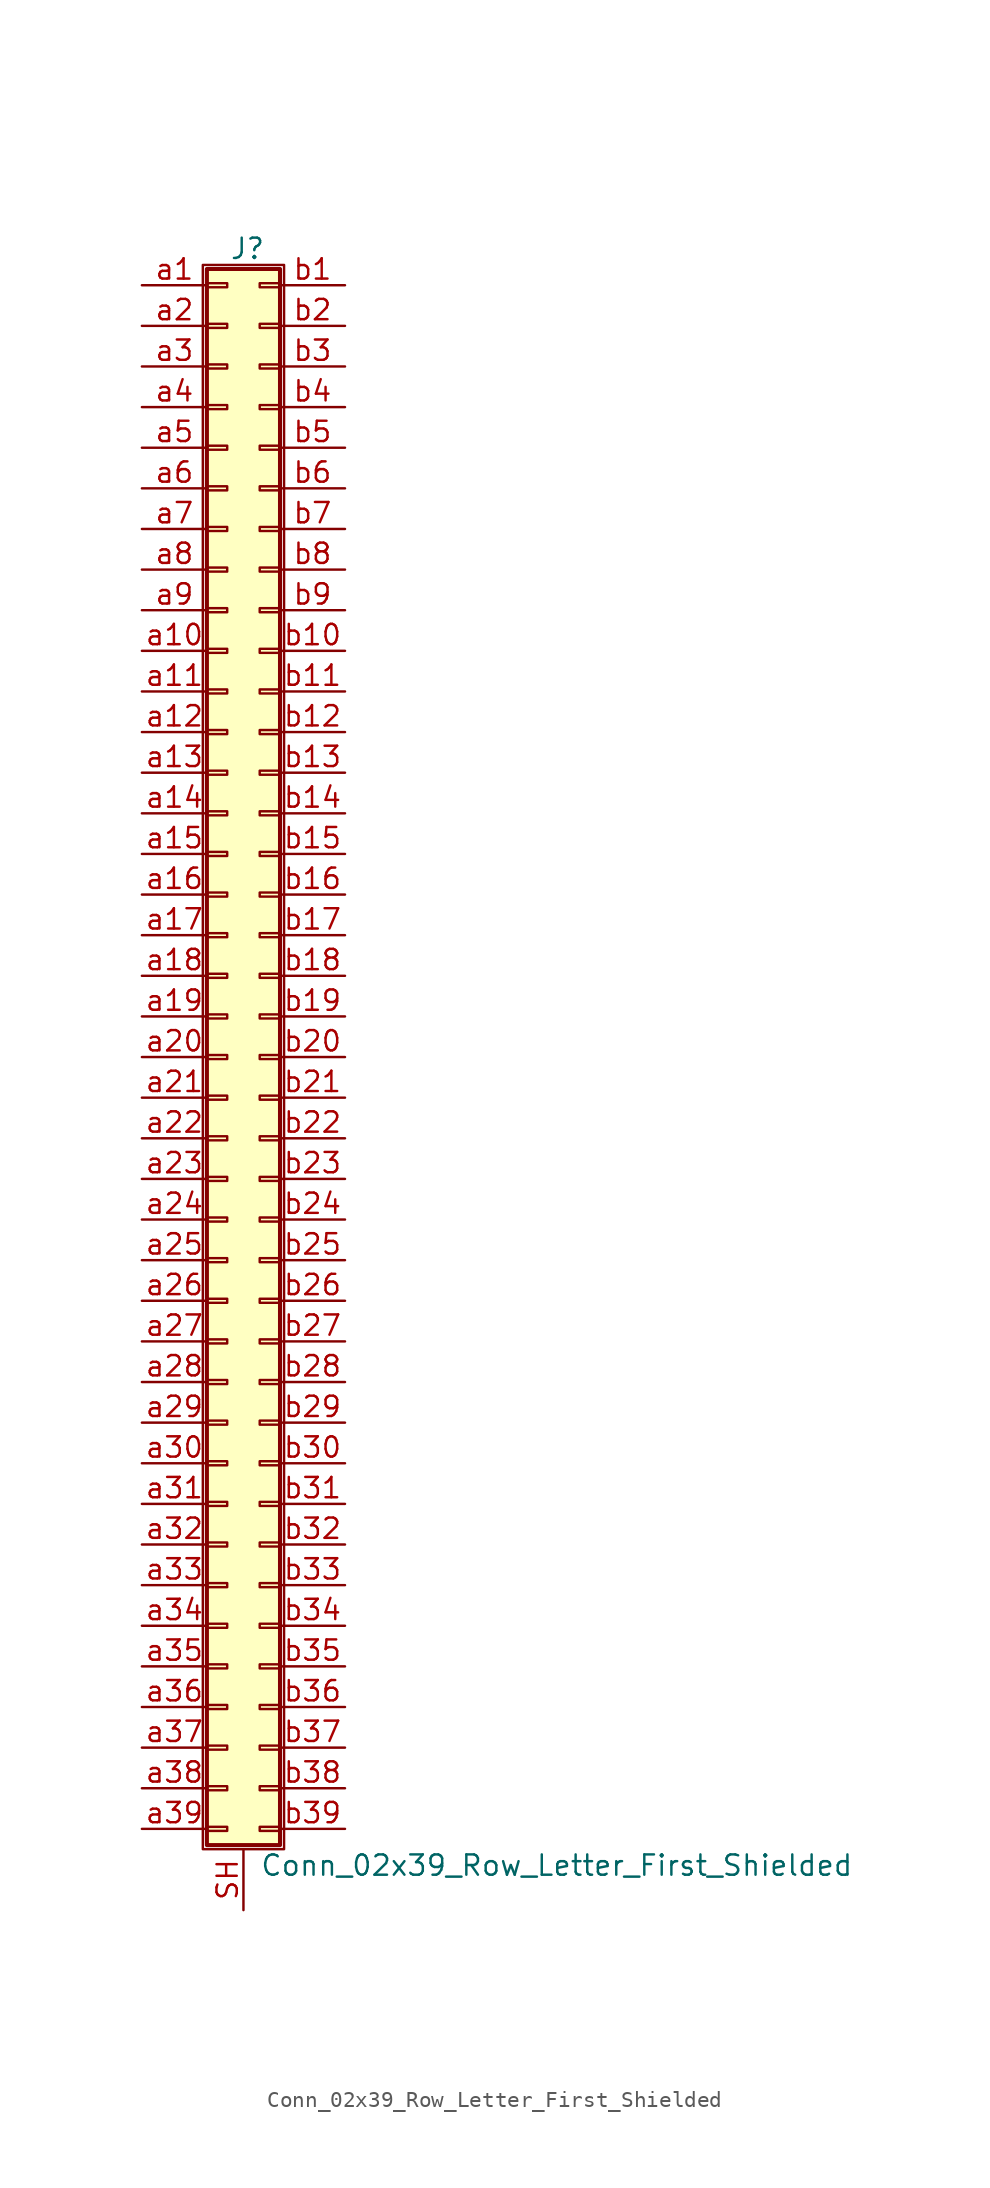
<source format=kicad_sym>
(kicad_symbol_lib
  (version 20211014)
  (generator kicad_symbol_editor)
  (symbol "Conn_02x39_Row_Letter_First_Shielded"
    (pin_names
      (offset 1.016) hide)
    (property "Reference" "J"
      (at 1.524 50.546 0)
      (effects (font (size 1.27 1.27))))
    (property "Value" "Conn_02x39_Row_Letter_First_Shielded"
      (at 2.286 -50.546 0)
      (effects (font (size 1.27 1.27)) (justify left)))
    (symbol "Conn_02x39_Row_Letter_First_Shielded_1_1"
      (rectangle (start -1.27 49.53) (end 3.81 -49.53) (stroke (width 0.152) (type default) (color 0 0 0 0)) (fill (type none)))
      (rectangle (start -1.016 -48.133) (end 0.254 -48.387) (stroke (width 0.152) (type default) (color 0 0 0 0)) (fill (type none)))
      (rectangle (start -1.016 -45.593) (end 0.254 -45.847) (stroke (width 0.152) (type default) (color 0 0 0 0)) (fill (type none)))
      (rectangle (start -1.016 -43.053) (end 0.254 -43.307) (stroke (width 0.152) (type default) (color 0 0 0 0)) (fill (type none)))
      (rectangle (start -1.016 -40.513) (end 0.254 -40.767) (stroke (width 0.152) (type default) (color 0 0 0 0)) (fill (type none)))
      (rectangle (start -1.016 -37.973) (end 0.254 -38.227) (stroke (width 0.152) (type default) (color 0 0 0 0)) (fill (type none)))
      (rectangle (start -1.016 -35.433) (end 0.254 -35.687) (stroke (width 0.152) (type default) (color 0 0 0 0)) (fill (type none)))
      (rectangle (start -1.016 -32.893) (end 0.254 -33.147) (stroke (width 0.152) (type default) (color 0 0 0 0)) (fill (type none)))
      (rectangle (start -1.016 -30.353) (end 0.254 -30.607) (stroke (width 0.152) (type default) (color 0 0 0 0)) (fill (type none)))
      (rectangle (start -1.016 -27.813) (end 0.254 -28.067) (stroke (width 0.152) (type default) (color 0 0 0 0)) (fill (type none)))
      (rectangle (start -1.016 -25.273) (end 0.254 -25.527) (stroke (width 0.152) (type default) (color 0 0 0 0)) (fill (type none)))
      (rectangle (start -1.016 -22.733) (end 0.254 -22.987) (stroke (width 0.152) (type default) (color 0 0 0 0)) (fill (type none)))
      (rectangle (start -1.016 -20.193) (end 0.254 -20.447) (stroke (width 0.152) (type default) (color 0 0 0 0)) (fill (type none)))
      (rectangle (start -1.016 -17.653) (end 0.254 -17.907) (stroke (width 0.152) (type default) (color 0 0 0 0)) (fill (type none)))
      (rectangle (start -1.016 -15.113) (end 0.254 -15.367) (stroke (width 0.152) (type default) (color 0 0 0 0)) (fill (type none)))
      (rectangle (start -1.016 -12.573) (end 0.254 -12.827) (stroke (width 0.152) (type default) (color 0 0 0 0)) (fill (type none)))
      (rectangle (start -1.016 -10.033) (end 0.254 -10.287) (stroke (width 0.152) (type default) (color 0 0 0 0)) (fill (type none)))
      (rectangle (start -1.016 -7.493) (end 0.254 -7.747) (stroke (width 0.152) (type default) (color 0 0 0 0)) (fill (type none)))
      (rectangle (start -1.016 -4.953) (end 0.254 -5.207) (stroke (width 0.152) (type default) (color 0 0 0 0)) (fill (type none)))
      (rectangle (start -1.016 -2.413) (end 0.254 -2.667) (stroke (width 0.152) (type default) (color 0 0 0 0)) (fill (type none)))
      (rectangle (start -1.016 0.127) (end 0.254 -0.127) (stroke (width 0.152) (type default) (color 0 0 0 0)) (fill (type none)))
      (rectangle (start -1.016 2.667) (end 0.254 2.413) (stroke (width 0.152) (type default) (color 0 0 0 0)) (fill (type none)))
      (rectangle (start -1.016 5.207) (end 0.254 4.953) (stroke (width 0.152) (type default) (color 0 0 0 0)) (fill (type none)))
      (rectangle (start -1.016 7.747) (end 0.254 7.493) (stroke (width 0.152) (type default) (color 0 0 0 0)) (fill (type none)))
      (rectangle (start -1.016 10.287) (end 0.254 10.033) (stroke (width 0.152) (type default) (color 0 0 0 0)) (fill (type none)))
      (rectangle (start -1.016 12.827) (end 0.254 12.573) (stroke (width 0.152) (type default) (color 0 0 0 0)) (fill (type none)))
      (rectangle (start -1.016 15.367) (end 0.254 15.113) (stroke (width 0.152) (type default) (color 0 0 0 0)) (fill (type none)))
      (rectangle (start -1.016 17.907) (end 0.254 17.653) (stroke (width 0.152) (type default) (color 0 0 0 0)) (fill (type none)))
      (rectangle (start -1.016 20.447) (end 0.254 20.193) (stroke (width 0.152) (type default) (color 0 0 0 0)) (fill (type none)))
      (rectangle (start -1.016 22.987) (end 0.254 22.733) (stroke (width 0.152) (type default) (color 0 0 0 0)) (fill (type none)))
      (rectangle (start -1.016 25.527) (end 0.254 25.273) (stroke (width 0.152) (type default) (color 0 0 0 0)) (fill (type none)))
      (rectangle (start -1.016 28.067) (end 0.254 27.813) (stroke (width 0.152) (type default) (color 0 0 0 0)) (fill (type none)))
      (rectangle (start -1.016 30.607) (end 0.254 30.353) (stroke (width 0.152) (type default) (color 0 0 0 0)) (fill (type none)))
      (rectangle (start -1.016 33.147) (end 0.254 32.893) (stroke (width 0.152) (type default) (color 0 0 0 0)) (fill (type none)))
      (rectangle (start -1.016 35.687) (end 0.254 35.433) (stroke (width 0.152) (type default) (color 0 0 0 0)) (fill (type none)))
      (rectangle (start -1.016 38.227) (end 0.254 37.973) (stroke (width 0.152) (type default) (color 0 0 0 0)) (fill (type none)))
      (rectangle (start -1.016 40.767) (end 0.254 40.513) (stroke (width 0.152) (type default) (color 0 0 0 0)) (fill (type none)))
      (rectangle (start -1.016 43.307) (end 0.254 43.053) (stroke (width 0.152) (type default) (color 0 0 0 0)) (fill (type none)))
      (rectangle (start -1.016 45.847) (end 0.254 45.593) (stroke (width 0.152) (type default) (color 0 0 0 0)) (fill (type none)))
      (rectangle (start -1.016 48.387) (end 0.254 48.133) (stroke (width 0.152) (type default) (color 0 0 0 0)) (fill (type none)))
      (rectangle (start -1.016 49.276) (end 3.556 -49.276) (stroke (width 0.254) (type default) (color 0 0 0 0)) (fill (type background)))
      (rectangle (start 3.556 -48.133) (end 2.286 -48.387) (stroke (width 0.152) (type default) (color 0 0 0 0)) (fill (type none)))
      (rectangle (start 3.556 -45.593) (end 2.286 -45.847) (stroke (width 0.152) (type default) (color 0 0 0 0)) (fill (type none)))
      (rectangle (start 3.556 -43.053) (end 2.286 -43.307) (stroke (width 0.152) (type default) (color 0 0 0 0)) (fill (type none)))
      (rectangle (start 3.556 -40.513) (end 2.286 -40.767) (stroke (width 0.152) (type default) (color 0 0 0 0)) (fill (type none)))
      (rectangle (start 3.556 -37.973) (end 2.286 -38.227) (stroke (width 0.152) (type default) (color 0 0 0 0)) (fill (type none)))
      (rectangle (start 3.556 -35.433) (end 2.286 -35.687) (stroke (width 0.152) (type default) (color 0 0 0 0)) (fill (type none)))
      (rectangle (start 3.556 -32.893) (end 2.286 -33.147) (stroke (width 0.152) (type default) (color 0 0 0 0)) (fill (type none)))
      (rectangle (start 3.556 -30.353) (end 2.286 -30.607) (stroke (width 0.152) (type default) (color 0 0 0 0)) (fill (type none)))
      (rectangle (start 3.556 -27.813) (end 2.286 -28.067) (stroke (width 0.152) (type default) (color 0 0 0 0)) (fill (type none)))
      (rectangle (start 3.556 -25.273) (end 2.286 -25.527) (stroke (width 0.152) (type default) (color 0 0 0 0)) (fill (type none)))
      (rectangle (start 3.556 -22.733) (end 2.286 -22.987) (stroke (width 0.152) (type default) (color 0 0 0 0)) (fill (type none)))
      (rectangle (start 3.556 -20.193) (end 2.286 -20.447) (stroke (width 0.152) (type default) (color 0 0 0 0)) (fill (type none)))
      (rectangle (start 3.556 -17.653) (end 2.286 -17.907) (stroke (width 0.152) (type default) (color 0 0 0 0)) (fill (type none)))
      (rectangle (start 3.556 -15.113) (end 2.286 -15.367) (stroke (width 0.152) (type default) (color 0 0 0 0)) (fill (type none)))
      (rectangle (start 3.556 -12.573) (end 2.286 -12.827) (stroke (width 0.152) (type default) (color 0 0 0 0)) (fill (type none)))
      (rectangle (start 3.556 -10.033) (end 2.286 -10.287) (stroke (width 0.152) (type default) (color 0 0 0 0)) (fill (type none)))
      (rectangle (start 3.556 -7.493) (end 2.286 -7.747) (stroke (width 0.152) (type default) (color 0 0 0 0)) (fill (type none)))
      (rectangle (start 3.556 -4.953) (end 2.286 -5.207) (stroke (width 0.152) (type default) (color 0 0 0 0)) (fill (type none)))
      (rectangle (start 3.556 -2.413) (end 2.286 -2.667) (stroke (width 0.152) (type default) (color 0 0 0 0)) (fill (type none)))
      (rectangle (start 3.556 0.127) (end 2.286 -0.127) (stroke (width 0.152) (type default) (color 0 0 0 0)) (fill (type none)))
      (rectangle (start 3.556 2.667) (end 2.286 2.413) (stroke (width 0.152) (type default) (color 0 0 0 0)) (fill (type none)))
      (rectangle (start 3.556 5.207) (end 2.286 4.953) (stroke (width 0.152) (type default) (color 0 0 0 0)) (fill (type none)))
      (rectangle (start 3.556 7.747) (end 2.286 7.493) (stroke (width 0.152) (type default) (color 0 0 0 0)) (fill (type none)))
      (rectangle (start 3.556 10.287) (end 2.286 10.033) (stroke (width 0.152) (type default) (color 0 0 0 0)) (fill (type none)))
      (rectangle (start 3.556 12.827) (end 2.286 12.573) (stroke (width 0.152) (type default) (color 0 0 0 0)) (fill (type none)))
      (rectangle (start 3.556 15.367) (end 2.286 15.113) (stroke (width 0.152) (type default) (color 0 0 0 0)) (fill (type none)))
      (rectangle (start 3.556 17.907) (end 2.286 17.653) (stroke (width 0.152) (type default) (color 0 0 0 0)) (fill (type none)))
      (rectangle (start 3.556 20.447) (end 2.286 20.193) (stroke (width 0.152) (type default) (color 0 0 0 0)) (fill (type none)))
      (rectangle (start 3.556 22.987) (end 2.286 22.733) (stroke (width 0.152) (type default) (color 0 0 0 0)) (fill (type none)))
      (rectangle (start 3.556 25.527) (end 2.286 25.273) (stroke (width 0.152) (type default) (color 0 0 0 0)) (fill (type none)))
      (rectangle (start 3.556 28.067) (end 2.286 27.813) (stroke (width 0.152) (type default) (color 0 0 0 0)) (fill (type none)))
      (rectangle (start 3.556 30.607) (end 2.286 30.353) (stroke (width 0.152) (type default) (color 0 0 0 0)) (fill (type none)))
      (rectangle (start 3.556 33.147) (end 2.286 32.893) (stroke (width 0.152) (type default) (color 0 0 0 0)) (fill (type none)))
      (rectangle (start 3.556 35.687) (end 2.286 35.433) (stroke (width 0.152) (type default) (color 0 0 0 0)) (fill (type none)))
      (rectangle (start 3.556 38.227) (end 2.286 37.973) (stroke (width 0.152) (type default) (color 0 0 0 0)) (fill (type none)))
      (rectangle (start 3.556 40.767) (end 2.286 40.513) (stroke (width 0.152) (type default) (color 0 0 0 0)) (fill (type none)))
      (rectangle (start 3.556 43.307) (end 2.286 43.053) (stroke (width 0.152) (type default) (color 0 0 0 0)) (fill (type none)))
      (rectangle (start 3.556 45.847) (end 2.286 45.593) (stroke (width 0.152) (type default) (color 0 0 0 0)) (fill (type none)))
      (rectangle (start 3.556 48.387) (end 2.286 48.133) (stroke (width 0.152) (type default) (color 0 0 0 0)) (fill (type none)))
      (pin passive line (at 1.27 -53.34 90) (length 3.81) (name "Shield" (effects (font (size 1.27 1.27)))) (number "SH" (effects (font (size 1.27 1.27)))))
      (pin passive line (at -5.08 48.26 0) (length 4.064) (name "Pin_a1" (effects (font (size 1.27 1.27)))) (number "a1" (effects (font (size 1.27 1.27)))))
      (pin passive line (at -5.08 25.4 0) (length 4.064) (name "Pin_a10" (effects (font (size 1.27 1.27)))) (number "a10" (effects (font (size 1.27 1.27)))))
      (pin passive line (at -5.08 22.86 0) (length 4.064) (name "Pin_a11" (effects (font (size 1.27 1.27)))) (number "a11" (effects (font (size 1.27 1.27)))))
      (pin passive line (at -5.08 20.32 0) (length 4.064) (name "Pin_a12" (effects (font (size 1.27 1.27)))) (number "a12" (effects (font (size 1.27 1.27)))))
      (pin passive line (at -5.08 17.78 0) (length 4.064) (name "Pin_a13" (effects (font (size 1.27 1.27)))) (number "a13" (effects (font (size 1.27 1.27)))))
      (pin passive line (at -5.08 15.24 0) (length 4.064) (name "Pin_a14" (effects (font (size 1.27 1.27)))) (number "a14" (effects (font (size 1.27 1.27)))))
      (pin passive line (at -5.08 12.7 0) (length 4.064) (name "Pin_a15" (effects (font (size 1.27 1.27)))) (number "a15" (effects (font (size 1.27 1.27)))))
      (pin passive line (at -5.08 10.16 0) (length 4.064) (name "Pin_a16" (effects (font (size 1.27 1.27)))) (number "a16" (effects (font (size 1.27 1.27)))))
      (pin passive line (at -5.08 7.62 0) (length 4.064) (name "Pin_a17" (effects (font (size 1.27 1.27)))) (number "a17" (effects (font (size 1.27 1.27)))))
      (pin passive line (at -5.08 5.08 0) (length 4.064) (name "Pin_a18" (effects (font (size 1.27 1.27)))) (number "a18" (effects (font (size 1.27 1.27)))))
      (pin passive line (at -5.08 2.54 0) (length 4.064) (name "Pin_a19" (effects (font (size 1.27 1.27)))) (number "a19" (effects (font (size 1.27 1.27)))))
      (pin passive line (at -5.08 45.72 0) (length 4.064) (name "Pin_a2" (effects (font (size 1.27 1.27)))) (number "a2" (effects (font (size 1.27 1.27)))))
      (pin passive line (at -5.08 0 0) (length 4.064) (name "Pin_a20" (effects (font (size 1.27 1.27)))) (number "a20" (effects (font (size 1.27 1.27)))))
      (pin passive line (at -5.08 -2.54 0) (length 4.064) (name "Pin_a21" (effects (font (size 1.27 1.27)))) (number "a21" (effects (font (size 1.27 1.27)))))
      (pin passive line (at -5.08 -5.08 0) (length 4.064) (name "Pin_a22" (effects (font (size 1.27 1.27)))) (number "a22" (effects (font (size 1.27 1.27)))))
      (pin passive line (at -5.08 -7.62 0) (length 4.064) (name "Pin_a23" (effects (font (size 1.27 1.27)))) (number "a23" (effects (font (size 1.27 1.27)))))
      (pin passive line (at -5.08 -10.16 0) (length 4.064) (name "Pin_a24" (effects (font (size 1.27 1.27)))) (number "a24" (effects (font (size 1.27 1.27)))))
      (pin passive line (at -5.08 -12.7 0) (length 4.064) (name "Pin_a25" (effects (font (size 1.27 1.27)))) (number "a25" (effects (font (size 1.27 1.27)))))
      (pin passive line (at -5.08 -15.24 0) (length 4.064) (name "Pin_a26" (effects (font (size 1.27 1.27)))) (number "a26" (effects (font (size 1.27 1.27)))))
      (pin passive line (at -5.08 -17.78 0) (length 4.064) (name "Pin_a27" (effects (font (size 1.27 1.27)))) (number "a27" (effects (font (size 1.27 1.27)))))
      (pin passive line (at -5.08 -20.32 0) (length 4.064) (name "Pin_a28" (effects (font (size 1.27 1.27)))) (number "a28" (effects (font (size 1.27 1.27)))))
      (pin passive line (at -5.08 -22.86 0) (length 4.064) (name "Pin_a29" (effects (font (size 1.27 1.27)))) (number "a29" (effects (font (size 1.27 1.27)))))
      (pin passive line (at -5.08 43.18 0) (length 4.064) (name "Pin_a3" (effects (font (size 1.27 1.27)))) (number "a3" (effects (font (size 1.27 1.27)))))
      (pin passive line (at -5.08 -25.4 0) (length 4.064) (name "Pin_a30" (effects (font (size 1.27 1.27)))) (number "a30" (effects (font (size 1.27 1.27)))))
      (pin passive line (at -5.08 -27.94 0) (length 4.064) (name "Pin_a31" (effects (font (size 1.27 1.27)))) (number "a31" (effects (font (size 1.27 1.27)))))
      (pin passive line (at -5.08 -30.48 0) (length 4.064) (name "Pin_a32" (effects (font (size 1.27 1.27)))) (number "a32" (effects (font (size 1.27 1.27)))))
      (pin passive line (at -5.08 -33.02 0) (length 4.064) (name "Pin_a33" (effects (font (size 1.27 1.27)))) (number "a33" (effects (font (size 1.27 1.27)))))
      (pin passive line (at -5.08 -35.56 0) (length 4.064) (name "Pin_a34" (effects (font (size 1.27 1.27)))) (number "a34" (effects (font (size 1.27 1.27)))))
      (pin passive line (at -5.08 -38.1 0) (length 4.064) (name "Pin_a35" (effects (font (size 1.27 1.27)))) (number "a35" (effects (font (size 1.27 1.27)))))
      (pin passive line (at -5.08 -40.64 0) (length 4.064) (name "Pin_a36" (effects (font (size 1.27 1.27)))) (number "a36" (effects (font (size 1.27 1.27)))))
      (pin passive line (at -5.08 -43.18 0) (length 4.064) (name "Pin_a37" (effects (font (size 1.27 1.27)))) (number "a37" (effects (font (size 1.27 1.27)))))
      (pin passive line (at -5.08 -45.72 0) (length 4.064) (name "Pin_a38" (effects (font (size 1.27 1.27)))) (number "a38" (effects (font (size 1.27 1.27)))))
      (pin passive line (at -5.08 -48.26 0) (length 4.064) (name "Pin_a39" (effects (font (size 1.27 1.27)))) (number "a39" (effects (font (size 1.27 1.27)))))
      (pin passive line (at -5.08 40.64 0) (length 4.064) (name "Pin_a4" (effects (font (size 1.27 1.27)))) (number "a4" (effects (font (size 1.27 1.27)))))
      (pin passive line (at -5.08 38.1 0) (length 4.064) (name "Pin_a5" (effects (font (size 1.27 1.27)))) (number "a5" (effects (font (size 1.27 1.27)))))
      (pin passive line (at -5.08 35.56 0) (length 4.064) (name "Pin_a6" (effects (font (size 1.27 1.27)))) (number "a6" (effects (font (size 1.27 1.27)))))
      (pin passive line (at -5.08 33.02 0) (length 4.064) (name "Pin_a7" (effects (font (size 1.27 1.27)))) (number "a7" (effects (font (size 1.27 1.27)))))
      (pin passive line (at -5.08 30.48 0) (length 4.064) (name "Pin_a8" (effects (font (size 1.27 1.27)))) (number "a8" (effects (font (size 1.27 1.27)))))
      (pin passive line (at -5.08 27.94 0) (length 4.064) (name "Pin_a9" (effects (font (size 1.27 1.27)))) (number "a9" (effects (font (size 1.27 1.27)))))
      (pin passive line (at 7.62 48.26 180) (length 4.064) (name "Pin_b1" (effects (font (size 1.27 1.27)))) (number "b1" (effects (font (size 1.27 1.27)))))
      (pin passive line (at 7.62 25.4 180) (length 4.064) (name "Pin_b10" (effects (font (size 1.27 1.27)))) (number "b10" (effects (font (size 1.27 1.27)))))
      (pin passive line (at 7.62 22.86 180) (length 4.064) (name "Pin_b11" (effects (font (size 1.27 1.27)))) (number "b11" (effects (font (size 1.27 1.27)))))
      (pin passive line (at 7.62 20.32 180) (length 4.064) (name "Pin_b12" (effects (font (size 1.27 1.27)))) (number "b12" (effects (font (size 1.27 1.27)))))
      (pin passive line (at 7.62 17.78 180) (length 4.064) (name "Pin_b13" (effects (font (size 1.27 1.27)))) (number "b13" (effects (font (size 1.27 1.27)))))
      (pin passive line (at 7.62 15.24 180) (length 4.064) (name "Pin_b14" (effects (font (size 1.27 1.27)))) (number "b14" (effects (font (size 1.27 1.27)))))
      (pin passive line (at 7.62 12.7 180) (length 4.064) (name "Pin_b15" (effects (font (size 1.27 1.27)))) (number "b15" (effects (font (size 1.27 1.27)))))
      (pin passive line (at 7.62 10.16 180) (length 4.064) (name "Pin_b16" (effects (font (size 1.27 1.27)))) (number "b16" (effects (font (size 1.27 1.27)))))
      (pin passive line (at 7.62 7.62 180) (length 4.064) (name "Pin_b17" (effects (font (size 1.27 1.27)))) (number "b17" (effects (font (size 1.27 1.27)))))
      (pin passive line (at 7.62 5.08 180) (length 4.064) (name "Pin_b18" (effects (font (size 1.27 1.27)))) (number "b18" (effects (font (size 1.27 1.27)))))
      (pin passive line (at 7.62 2.54 180) (length 4.064) (name "Pin_b19" (effects (font (size 1.27 1.27)))) (number "b19" (effects (font (size 1.27 1.27)))))
      (pin passive line (at 7.62 45.72 180) (length 4.064) (name "Pin_b2" (effects (font (size 1.27 1.27)))) (number "b2" (effects (font (size 1.27 1.27)))))
      (pin passive line (at 7.62 0 180) (length 4.064) (name "Pin_b20" (effects (font (size 1.27 1.27)))) (number "b20" (effects (font (size 1.27 1.27)))))
      (pin passive line (at 7.62 -2.54 180) (length 4.064) (name "Pin_b21" (effects (font (size 1.27 1.27)))) (number "b21" (effects (font (size 1.27 1.27)))))
      (pin passive line (at 7.62 -5.08 180) (length 4.064) (name "Pin_b22" (effects (font (size 1.27 1.27)))) (number "b22" (effects (font (size 1.27 1.27)))))
      (pin passive line (at 7.62 -7.62 180) (length 4.064) (name "Pin_b23" (effects (font (size 1.27 1.27)))) (number "b23" (effects (font (size 1.27 1.27)))))
      (pin passive line (at 7.62 -10.16 180) (length 4.064) (name "Pin_b24" (effects (font (size 1.27 1.27)))) (number "b24" (effects (font (size 1.27 1.27)))))
      (pin passive line (at 7.62 -12.7 180) (length 4.064) (name "Pin_b25" (effects (font (size 1.27 1.27)))) (number "b25" (effects (font (size 1.27 1.27)))))
      (pin passive line (at 7.62 -15.24 180) (length 4.064) (name "Pin_b26" (effects (font (size 1.27 1.27)))) (number "b26" (effects (font (size 1.27 1.27)))))
      (pin passive line (at 7.62 -17.78 180) (length 4.064) (name "Pin_b27" (effects (font (size 1.27 1.27)))) (number "b27" (effects (font (size 1.27 1.27)))))
      (pin passive line (at 7.62 -20.32 180) (length 4.064) (name "Pin_b28" (effects (font (size 1.27 1.27)))) (number "b28" (effects (font (size 1.27 1.27)))))
      (pin passive line (at 7.62 -22.86 180) (length 4.064) (name "Pin_b29" (effects (font (size 1.27 1.27)))) (number "b29" (effects (font (size 1.27 1.27)))))
      (pin passive line (at 7.62 43.18 180) (length 4.064) (name "Pin_b3" (effects (font (size 1.27 1.27)))) (number "b3" (effects (font (size 1.27 1.27)))))
      (pin passive line (at 7.62 -25.4 180) (length 4.064) (name "Pin_b30" (effects (font (size 1.27 1.27)))) (number "b30" (effects (font (size 1.27 1.27)))))
      (pin passive line (at 7.62 -27.94 180) (length 4.064) (name "Pin_b31" (effects (font (size 1.27 1.27)))) (number "b31" (effects (font (size 1.27 1.27)))))
      (pin passive line (at 7.62 -30.48 180) (length 4.064) (name "Pin_b32" (effects (font (size 1.27 1.27)))) (number "b32" (effects (font (size 1.27 1.27)))))
      (pin passive line (at 7.62 -33.02 180) (length 4.064) (name "Pin_b33" (effects (font (size 1.27 1.27)))) (number "b33" (effects (font (size 1.27 1.27)))))
      (pin passive line (at 7.62 -35.56 180) (length 4.064) (name "Pin_b34" (effects (font (size 1.27 1.27)))) (number "b34" (effects (font (size 1.27 1.27)))))
      (pin passive line (at 7.62 -38.1 180) (length 4.064) (name "Pin_b35" (effects (font (size 1.27 1.27)))) (number "b35" (effects (font (size 1.27 1.27)))))
      (pin passive line (at 7.62 -40.64 180) (length 4.064) (name "Pin_b36" (effects (font (size 1.27 1.27)))) (number "b36" (effects (font (size 1.27 1.27)))))
      (pin passive line (at 7.62 -43.18 180) (length 4.064) (name "Pin_b37" (effects (font (size 1.27 1.27)))) (number "b37" (effects (font (size 1.27 1.27)))))
      (pin passive line (at 7.62 -45.72 180) (length 4.064) (name "Pin_b38" (effects (font (size 1.27 1.27)))) (number "b38" (effects (font (size 1.27 1.27)))))
      (pin passive line (at 7.62 -48.26 180) (length 4.064) (name "Pin_b39" (effects (font (size 1.27 1.27)))) (number "b39" (effects (font (size 1.27 1.27)))))
      (pin passive line (at 7.62 40.64 180) (length 4.064) (name "Pin_b4" (effects (font (size 1.27 1.27)))) (number "b4" (effects (font (size 1.27 1.27)))))
      (pin passive line (at 7.62 38.1 180) (length 4.064) (name "Pin_b5" (effects (font (size 1.27 1.27)))) (number "b5" (effects (font (size 1.27 1.27)))))
      (pin passive line (at 7.62 35.56 180) (length 4.064) (name "Pin_b6" (effects (font (size 1.27 1.27)))) (number "b6" (effects (font (size 1.27 1.27)))))
      (pin passive line (at 7.62 33.02 180) (length 4.064) (name "Pin_b7" (effects (font (size 1.27 1.27)))) (number "b7" (effects (font (size 1.27 1.27)))))
      (pin passive line (at 7.62 30.48 180) (length 4.064) (name "Pin_b8" (effects (font (size 1.27 1.27)))) (number "b8" (effects (font (size 1.27 1.27)))))
      (pin passive line (at 7.62 27.94 180) (length 4.064) (name "Pin_b9" (effects (font (size 1.27 1.27)))) (number "b9" (effects (font (size 1.27 1.27))))))))
</source>
